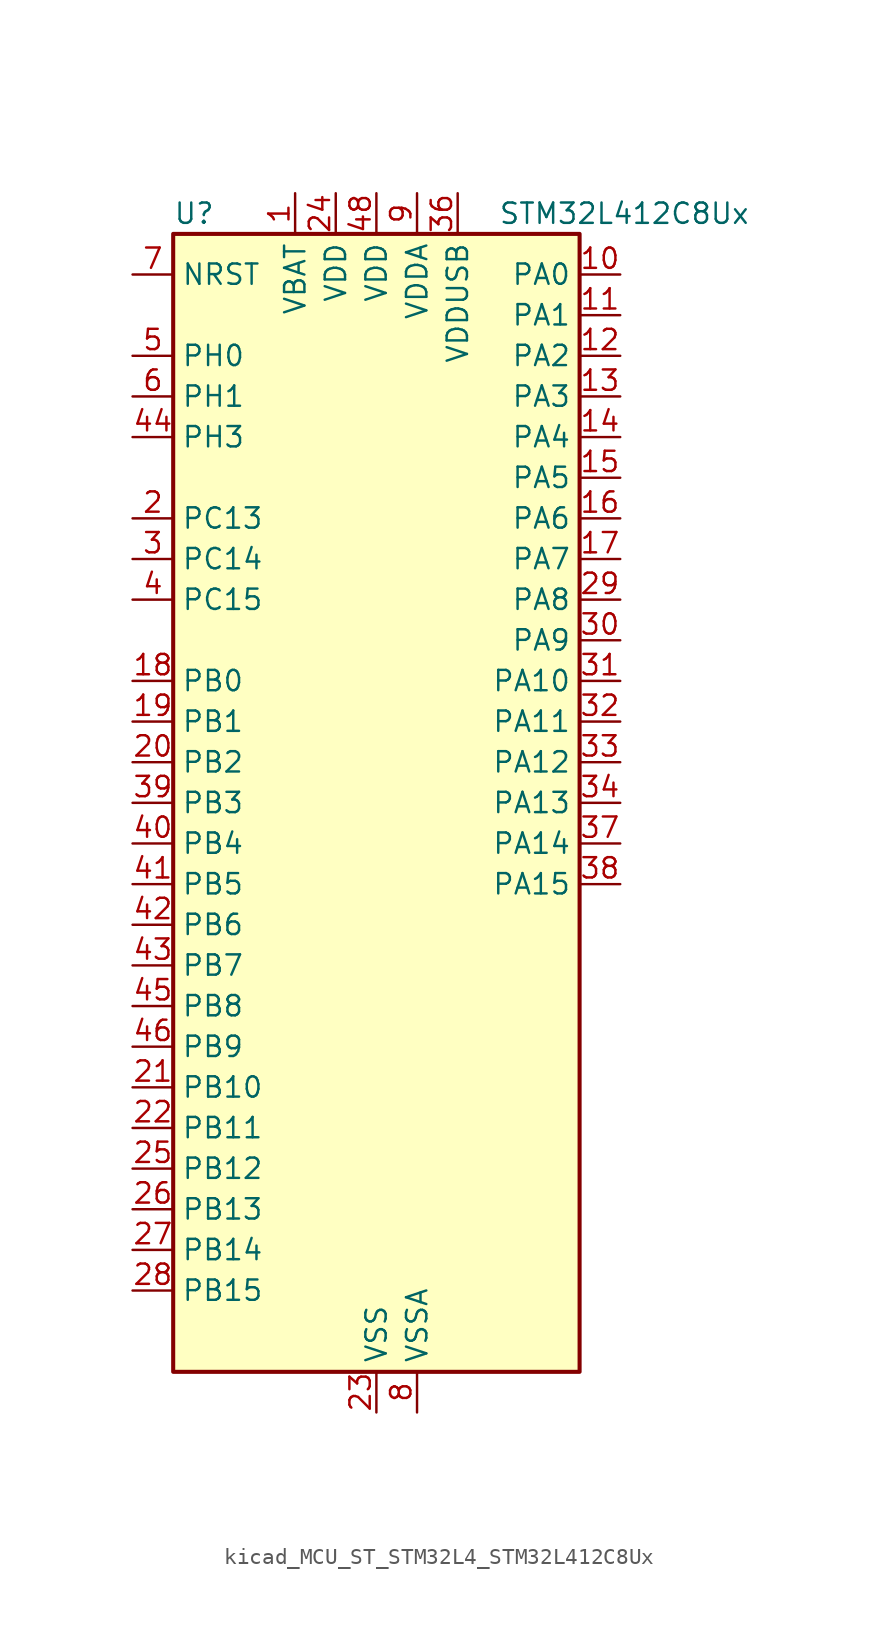
<source format=kicad_sym>
(kicad_symbol_lib
  (version 20220914)
  (generator kicad_symbol_editor)
  (symbol "kicad_MCU_ST_STM32L4_STM32L412C8Ux"
    (property "Reference" "U"
      (at -12.7 36.83 0)
      (effects (font (size 1.27 1.27)) (justify left)))
    (property "Value" "STM32L412C8Ux"
      (at 7.62 36.83 0)
      (effects (font (size 1.27 1.27)) (justify left)))
    (property "ki_locked" ""
      (at 0 0 0)
      (effects (font (size 1.27 1.27))))
    (symbol "kicad_MCU_ST_STM32L4_STM32L412C8Ux_0_1"
      (rectangle (start -12.7 -35.56) (end 12.7 35.56) (stroke (width 0.254) (type default)) (fill (type background))))
    (symbol "kicad_MCU_ST_STM32L4_STM32L412C8Ux_1_1"
      (pin power_in line (at -5.08 38.1 270) (length 2.54) (name "VBAT" (effects (font (size 1.27 1.27)))) (number "1" (effects (font (size 1.27 1.27)))))
      (pin bidirectional line (at 15.24 33.02 180) (length 2.54) (name "PA0" (effects (font (size 1.27 1.27)))) (number "10" (effects (font (size 1.27 1.27)))) (alternate "ADC1_IN5" bidirectional line) (alternate "COMP1_INM" bidirectional line) (alternate "COMP1_OUT" bidirectional line) (alternate "OPAMP1_VINP" bidirectional line) (alternate "RTC_TAMP2" bidirectional line) (alternate "SYS_WKUP1" bidirectional line) (alternate "TIM2_CH1" bidirectional line) (alternate "TIM2_ETR" bidirectional line) (alternate "USART2_CTS" bidirectional line))
      (pin bidirectional line (at 15.24 30.48 180) (length 2.54) (name "PA1" (effects (font (size 1.27 1.27)))) (number "11" (effects (font (size 1.27 1.27)))) (alternate "ADC1_IN6" bidirectional line) (alternate "COMP1_INP" bidirectional line) (alternate "I2C1_SMBA" bidirectional line) (alternate "OPAMP1_VINM" bidirectional line) (alternate "SPI1_SCK" bidirectional line) (alternate "TIM15_CH1N" bidirectional line) (alternate "TIM2_CH2" bidirectional line) (alternate "USART2_DE" bidirectional line) (alternate "USART2_RTS" bidirectional line))
      (pin bidirectional line (at 15.24 27.94 180) (length 2.54) (name "PA2" (effects (font (size 1.27 1.27)))) (number "12" (effects (font (size 1.27 1.27)))) (alternate "ADC1_IN7" bidirectional line) (alternate "ADC2_IN7" bidirectional line) (alternate "LPUART1_TX" bidirectional line) (alternate "QUADSPI_BK1_NCS" bidirectional line) (alternate "RCC_LSCO" bidirectional line) (alternate "SYS_WKUP4" bidirectional line) (alternate "TIM15_CH1" bidirectional line) (alternate "TIM2_CH3" bidirectional line) (alternate "USART2_TX" bidirectional line))
      (pin bidirectional line (at 15.24 25.4 180) (length 2.54) (name "PA3" (effects (font (size 1.27 1.27)))) (number "13" (effects (font (size 1.27 1.27)))) (alternate "ADC1_IN8" bidirectional line) (alternate "ADC2_IN8" bidirectional line) (alternate "LPUART1_RX" bidirectional line) (alternate "OPAMP1_VOUT" bidirectional line) (alternate "QUADSPI_CLK" bidirectional line) (alternate "TIM15_CH2" bidirectional line) (alternate "TIM2_CH4" bidirectional line) (alternate "USART2_RX" bidirectional line))
      (pin bidirectional line (at 15.24 22.86 180) (length 2.54) (name "PA4" (effects (font (size 1.27 1.27)))) (number "14" (effects (font (size 1.27 1.27)))) (alternate "ADC1_IN9" bidirectional line) (alternate "ADC2_IN9" bidirectional line) (alternate "COMP1_INM" bidirectional line) (alternate "LPTIM2_OUT" bidirectional line) (alternate "SPI1_NSS" bidirectional line) (alternate "USART2_CK" bidirectional line))
      (pin bidirectional line (at 15.24 20.32 180) (length 2.54) (name "PA5" (effects (font (size 1.27 1.27)))) (number "15" (effects (font (size 1.27 1.27)))) (alternate "ADC1_IN10" bidirectional line) (alternate "ADC2_IN10" bidirectional line) (alternate "COMP1_INM" bidirectional line) (alternate "LPTIM2_ETR" bidirectional line) (alternate "SPI1_SCK" bidirectional line) (alternate "TIM2_CH1" bidirectional line) (alternate "TIM2_ETR" bidirectional line))
      (pin bidirectional line (at 15.24 17.78 180) (length 2.54) (name "PA6" (effects (font (size 1.27 1.27)))) (number "16" (effects (font (size 1.27 1.27)))) (alternate "ADC1_IN11" bidirectional line) (alternate "ADC2_IN11" bidirectional line) (alternate "COMP1_OUT" bidirectional line) (alternate "LPUART1_CTS" bidirectional line) (alternate "QUADSPI_BK1_IO3" bidirectional line) (alternate "SPI1_MISO" bidirectional line) (alternate "TIM16_CH1" bidirectional line) (alternate "TIM1_BKIN" bidirectional line) (alternate "USART3_CTS" bidirectional line))
      (pin bidirectional line (at 15.24 15.24 180) (length 2.54) (name "PA7" (effects (font (size 1.27 1.27)))) (number "17" (effects (font (size 1.27 1.27)))) (alternate "ADC1_IN12" bidirectional line) (alternate "ADC2_IN12" bidirectional line) (alternate "I2C3_SCL" bidirectional line) (alternate "QUADSPI_BK1_IO2" bidirectional line) (alternate "SPI1_MOSI" bidirectional line) (alternate "TIM1_CH1N" bidirectional line))
      (pin bidirectional line (at -15.24 7.62 0) (length 2.54) (name "PB0" (effects (font (size 1.27 1.27)))) (number "18" (effects (font (size 1.27 1.27)))) (alternate "ADC1_IN15" bidirectional line) (alternate "ADC2_IN15" bidirectional line) (alternate "COMP1_OUT" bidirectional line) (alternate "QUADSPI_BK1_IO1" bidirectional line) (alternate "SPI1_NSS" bidirectional line) (alternate "SYS_TRACED0" bidirectional line) (alternate "TIM1_CH2N" bidirectional line) (alternate "USART3_CK" bidirectional line))
      (pin bidirectional line (at -15.24 5.08 0) (length 2.54) (name "PB1" (effects (font (size 1.27 1.27)))) (number "19" (effects (font (size 1.27 1.27)))) (alternate "ADC1_IN16" bidirectional line) (alternate "ADC2_IN16" bidirectional line) (alternate "COMP1_INM" bidirectional line) (alternate "LPTIM2_IN1" bidirectional line) (alternate "LPUART1_DE" bidirectional line) (alternate "LPUART1_RTS" bidirectional line) (alternate "QUADSPI_BK1_IO0" bidirectional line) (alternate "SYS_TRACED1" bidirectional line) (alternate "TIM1_CH3N" bidirectional line) (alternate "USART3_DE" bidirectional line) (alternate "USART3_RTS" bidirectional line))
      (pin bidirectional line (at -15.24 17.78 0) (length 2.54) (name "PC13" (effects (font (size 1.27 1.27)))) (number "2" (effects (font (size 1.27 1.27)))) (alternate "RTC_OUT_ALARM" bidirectional line) (alternate "RTC_OUT_CALIB" bidirectional line) (alternate "RTC_TAMP1" bidirectional line) (alternate "RTC_TS" bidirectional line) (alternate "SYS_WKUP2" bidirectional line))
      (pin bidirectional line (at -15.24 2.54 0) (length 2.54) (name "PB2" (effects (font (size 1.27 1.27)))) (number "20" (effects (font (size 1.27 1.27)))) (alternate "COMP1_INP" bidirectional line) (alternate "I2C3_SMBA" bidirectional line) (alternate "LPTIM1_OUT" bidirectional line) (alternate "RTC_OUT_ALARM" bidirectional line) (alternate "RTC_OUT_CALIB" bidirectional line))
      (pin bidirectional line (at -15.24 -17.78 0) (length 2.54) (name "PB10" (effects (font (size 1.27 1.27)))) (number "21" (effects (font (size 1.27 1.27)))) (alternate "COMP1_OUT" bidirectional line) (alternate "I2C2_SCL" bidirectional line) (alternate "LPUART1_RX" bidirectional line) (alternate "QUADSPI_CLK" bidirectional line) (alternate "SPI2_SCK" bidirectional line) (alternate "TIM2_CH3" bidirectional line) (alternate "TSC_SYNC" bidirectional line) (alternate "USART3_TX" bidirectional line))
      (pin bidirectional line (at -15.24 -20.32 0) (length 2.54) (name "PB11" (effects (font (size 1.27 1.27)))) (number "22" (effects (font (size 1.27 1.27)))) (alternate "ADC1_EXTI11" bidirectional line) (alternate "ADC2_EXTI11" bidirectional line) (alternate "I2C2_SDA" bidirectional line) (alternate "LPUART1_TX" bidirectional line) (alternate "QUADSPI_BK1_NCS" bidirectional line) (alternate "TIM2_CH4" bidirectional line) (alternate "USART3_RX" bidirectional line))
      (pin power_in line (at 0 -38.1 90) (length 2.54) (name "VSS" (effects (font (size 1.27 1.27)))) (number "23" (effects (font (size 1.27 1.27)))))
      (pin power_in line (at -2.54 38.1 270) (length 2.54) (name "VDD" (effects (font (size 1.27 1.27)))) (number "24" (effects (font (size 1.27 1.27)))))
      (pin bidirectional line (at -15.24 -22.86 0) (length 2.54) (name "PB12" (effects (font (size 1.27 1.27)))) (number "25" (effects (font (size 1.27 1.27)))) (alternate "I2C2_SMBA" bidirectional line) (alternate "LPUART1_DE" bidirectional line) (alternate "LPUART1_RTS" bidirectional line) (alternate "SPI2_NSS" bidirectional line) (alternate "TIM15_BKIN" bidirectional line) (alternate "TIM1_BKIN" bidirectional line) (alternate "TSC_G1_IO1" bidirectional line) (alternate "USART3_CK" bidirectional line))
      (pin bidirectional line (at -15.24 -25.4 0) (length 2.54) (name "PB13" (effects (font (size 1.27 1.27)))) (number "26" (effects (font (size 1.27 1.27)))) (alternate "I2C2_SCL" bidirectional line) (alternate "LPUART1_CTS" bidirectional line) (alternate "SPI2_SCK" bidirectional line) (alternate "TIM15_CH1N" bidirectional line) (alternate "TIM1_CH1N" bidirectional line) (alternate "TSC_G1_IO2" bidirectional line) (alternate "USART3_CTS" bidirectional line))
      (pin bidirectional line (at -15.24 -27.94 0) (length 2.54) (name "PB14" (effects (font (size 1.27 1.27)))) (number "27" (effects (font (size 1.27 1.27)))) (alternate "I2C2_SDA" bidirectional line) (alternate "SPI2_MISO" bidirectional line) (alternate "TIM15_CH1" bidirectional line) (alternate "TIM1_CH2N" bidirectional line) (alternate "TSC_G1_IO3" bidirectional line) (alternate "USART3_DE" bidirectional line) (alternate "USART3_RTS" bidirectional line))
      (pin bidirectional line (at -15.24 -30.48 0) (length 2.54) (name "PB15" (effects (font (size 1.27 1.27)))) (number "28" (effects (font (size 1.27 1.27)))) (alternate "ADC1_EXTI15" bidirectional line) (alternate "ADC2_EXTI15" bidirectional line) (alternate "RTC_REFIN" bidirectional line) (alternate "SPI2_MOSI" bidirectional line) (alternate "TIM15_CH2" bidirectional line) (alternate "TIM1_CH3N" bidirectional line) (alternate "TSC_G1_IO4" bidirectional line))
      (pin bidirectional line (at 15.24 12.7 180) (length 2.54) (name "PA8" (effects (font (size 1.27 1.27)))) (number "29" (effects (font (size 1.27 1.27)))) (alternate "LPTIM2_OUT" bidirectional line) (alternate "RCC_MCO" bidirectional line) (alternate "TIM1_CH1" bidirectional line) (alternate "USART1_CK" bidirectional line))
      (pin bidirectional line (at -15.24 15.24 0) (length 2.54) (name "PC14" (effects (font (size 1.27 1.27)))) (number "3" (effects (font (size 1.27 1.27)))) (alternate "RCC_OSC32_IN" bidirectional line))
      (pin bidirectional line (at 15.24 10.16 180) (length 2.54) (name "PA9" (effects (font (size 1.27 1.27)))) (number "30" (effects (font (size 1.27 1.27)))) (alternate "I2C1_SCL" bidirectional line) (alternate "TIM15_BKIN" bidirectional line) (alternate "TIM1_CH2" bidirectional line) (alternate "USART1_TX" bidirectional line))
      (pin bidirectional line (at 15.24 7.62 180) (length 2.54) (name "PA10" (effects (font (size 1.27 1.27)))) (number "31" (effects (font (size 1.27 1.27)))) (alternate "CRS_SYNC" bidirectional line) (alternate "I2C1_SDA" bidirectional line) (alternate "TIM1_CH3" bidirectional line) (alternate "USART1_RX" bidirectional line))
      (pin bidirectional line (at 15.24 5.08 180) (length 2.54) (name "PA11" (effects (font (size 1.27 1.27)))) (number "32" (effects (font (size 1.27 1.27)))) (alternate "ADC1_EXTI11" bidirectional line) (alternate "ADC2_EXTI11" bidirectional line) (alternate "COMP1_OUT" bidirectional line) (alternate "SPI1_MISO" bidirectional line) (alternate "TIM1_BKIN2" bidirectional line) (alternate "TIM1_BKIN2_COMP1" bidirectional line) (alternate "TIM1_CH4" bidirectional line) (alternate "USART1_CTS" bidirectional line) (alternate "USB_DM" bidirectional line))
      (pin bidirectional line (at 15.24 2.54 180) (length 2.54) (name "PA12" (effects (font (size 1.27 1.27)))) (number "33" (effects (font (size 1.27 1.27)))) (alternate "SPI1_MOSI" bidirectional line) (alternate "TIM1_ETR" bidirectional line) (alternate "USART1_DE" bidirectional line) (alternate "USART1_RTS" bidirectional line) (alternate "USB_DP" bidirectional line))
      (pin bidirectional line (at 15.24 0 180) (length 2.54) (name "PA13" (effects (font (size 1.27 1.27)))) (number "34" (effects (font (size 1.27 1.27)))) (alternate "IR_OUT" bidirectional line) (alternate "SYS_JTMS-SWDIO" bidirectional line) (alternate "USB_NOE" bidirectional line))
      (pin passive line (at 0 -38.1 90) (length 2.54) hide (name "VSS" (effects (font (size 1.27 1.27)))) (number "35" (effects (font (size 1.27 1.27)))))
      (pin power_in line (at 5.08 38.1 270) (length 2.54) (name "VDDUSB" (effects (font (size 1.27 1.27)))) (number "36" (effects (font (size 1.27 1.27)))))
      (pin bidirectional line (at 15.24 -2.54 180) (length 2.54) (name "PA14" (effects (font (size 1.27 1.27)))) (number "37" (effects (font (size 1.27 1.27)))) (alternate "I2C1_SMBA" bidirectional line) (alternate "LPTIM1_OUT" bidirectional line) (alternate "SYS_JTCK-SWCLK" bidirectional line))
      (pin bidirectional line (at 15.24 -5.08 180) (length 2.54) (name "PA15" (effects (font (size 1.27 1.27)))) (number "38" (effects (font (size 1.27 1.27)))) (alternate "ADC1_EXTI15" bidirectional line) (alternate "ADC2_EXTI15" bidirectional line) (alternate "SPI1_NSS" bidirectional line) (alternate "SYS_JTDI" bidirectional line) (alternate "TIM2_CH1" bidirectional line) (alternate "TIM2_ETR" bidirectional line) (alternate "USART2_RX" bidirectional line) (alternate "USART3_DE" bidirectional line) (alternate "USART3_RTS" bidirectional line))
      (pin bidirectional line (at -15.24 0 0) (length 2.54) (name "PB3" (effects (font (size 1.27 1.27)))) (number "39" (effects (font (size 1.27 1.27)))) (alternate "SPI1_SCK" bidirectional line) (alternate "SYS_JTDO-SWO" bidirectional line) (alternate "TIM2_CH2" bidirectional line) (alternate "USART1_DE" bidirectional line) (alternate "USART1_RTS" bidirectional line))
      (pin bidirectional line (at -15.24 12.7 0) (length 2.54) (name "PC15" (effects (font (size 1.27 1.27)))) (number "4" (effects (font (size 1.27 1.27)))) (alternate "ADC1_EXTI15" bidirectional line) (alternate "ADC2_EXTI15" bidirectional line) (alternate "RCC_OSC32_OUT" bidirectional line))
      (pin bidirectional line (at -15.24 -2.54 0) (length 2.54) (name "PB4" (effects (font (size 1.27 1.27)))) (number "40" (effects (font (size 1.27 1.27)))) (alternate "I2C3_SDA" bidirectional line) (alternate "SPI1_MISO" bidirectional line) (alternate "SYS_JTRST" bidirectional line) (alternate "TSC_G2_IO1" bidirectional line) (alternate "USART1_CTS" bidirectional line))
      (pin bidirectional line (at -15.24 -5.08 0) (length 2.54) (name "PB5" (effects (font (size 1.27 1.27)))) (number "41" (effects (font (size 1.27 1.27)))) (alternate "I2C1_SMBA" bidirectional line) (alternate "LPTIM1_IN1" bidirectional line) (alternate "SPI1_MOSI" bidirectional line) (alternate "SYS_TRACED2" bidirectional line) (alternate "TIM16_BKIN" bidirectional line) (alternate "TSC_G2_IO2" bidirectional line) (alternate "USART1_CK" bidirectional line))
      (pin bidirectional line (at -15.24 -7.62 0) (length 2.54) (name "PB6" (effects (font (size 1.27 1.27)))) (number "42" (effects (font (size 1.27 1.27)))) (alternate "I2C1_SCL" bidirectional line) (alternate "LPTIM1_ETR" bidirectional line) (alternate "SYS_TRACED3" bidirectional line) (alternate "TIM16_CH1N" bidirectional line) (alternate "TSC_G2_IO3" bidirectional line) (alternate "USART1_TX" bidirectional line))
      (pin bidirectional line (at -15.24 -10.16 0) (length 2.54) (name "PB7" (effects (font (size 1.27 1.27)))) (number "43" (effects (font (size 1.27 1.27)))) (alternate "I2C1_SDA" bidirectional line) (alternate "LPTIM1_IN2" bidirectional line) (alternate "SYS_PVD_IN" bidirectional line) (alternate "SYS_TRACECLK" bidirectional line) (alternate "TSC_G2_IO4" bidirectional line) (alternate "USART1_RX" bidirectional line))
      (pin bidirectional line (at -15.24 22.86 0) (length 2.54) (name "PH3" (effects (font (size 1.27 1.27)))) (number "44" (effects (font (size 1.27 1.27)))))
      (pin bidirectional line (at -15.24 -12.7 0) (length 2.54) (name "PB8" (effects (font (size 1.27 1.27)))) (number "45" (effects (font (size 1.27 1.27)))) (alternate "I2C1_SCL" bidirectional line) (alternate "TIM16_CH1" bidirectional line))
      (pin bidirectional line (at -15.24 -15.24 0) (length 2.54) (name "PB9" (effects (font (size 1.27 1.27)))) (number "46" (effects (font (size 1.27 1.27)))) (alternate "I2C1_SDA" bidirectional line) (alternate "IR_OUT" bidirectional line) (alternate "SPI2_NSS" bidirectional line))
      (pin passive line (at 0 -38.1 90) (length 2.54) hide (name "VSS" (effects (font (size 1.27 1.27)))) (number "47" (effects (font (size 1.27 1.27)))))
      (pin power_in line (at 0 38.1 270) (length 2.54) (name "VDD" (effects (font (size 1.27 1.27)))) (number "48" (effects (font (size 1.27 1.27)))))
      (pin passive line (at 0 -38.1 90) (length 2.54) hide (name "VSS" (effects (font (size 1.27 1.27)))) (number "49" (effects (font (size 1.27 1.27)))))
      (pin bidirectional line (at -15.24 27.94 0) (length 2.54) (name "PH0" (effects (font (size 1.27 1.27)))) (number "5" (effects (font (size 1.27 1.27)))) (alternate "RCC_OSC_IN" bidirectional line))
      (pin bidirectional line (at -15.24 25.4 0) (length 2.54) (name "PH1" (effects (font (size 1.27 1.27)))) (number "6" (effects (font (size 1.27 1.27)))) (alternate "RCC_OSC_OUT" bidirectional line))
      (pin input line (at -15.24 33.02 0) (length 2.54) (name "NRST" (effects (font (size 1.27 1.27)))) (number "7" (effects (font (size 1.27 1.27)))))
      (pin power_in line (at 2.54 -38.1 90) (length 2.54) (name "VSSA" (effects (font (size 1.27 1.27)))) (number "8" (effects (font (size 1.27 1.27)))))
      (pin power_in line (at 2.54 38.1 270) (length 2.54) (name "VDDA" (effects (font (size 1.27 1.27)))) (number "9" (effects (font (size 1.27 1.27))))))))
</source>
